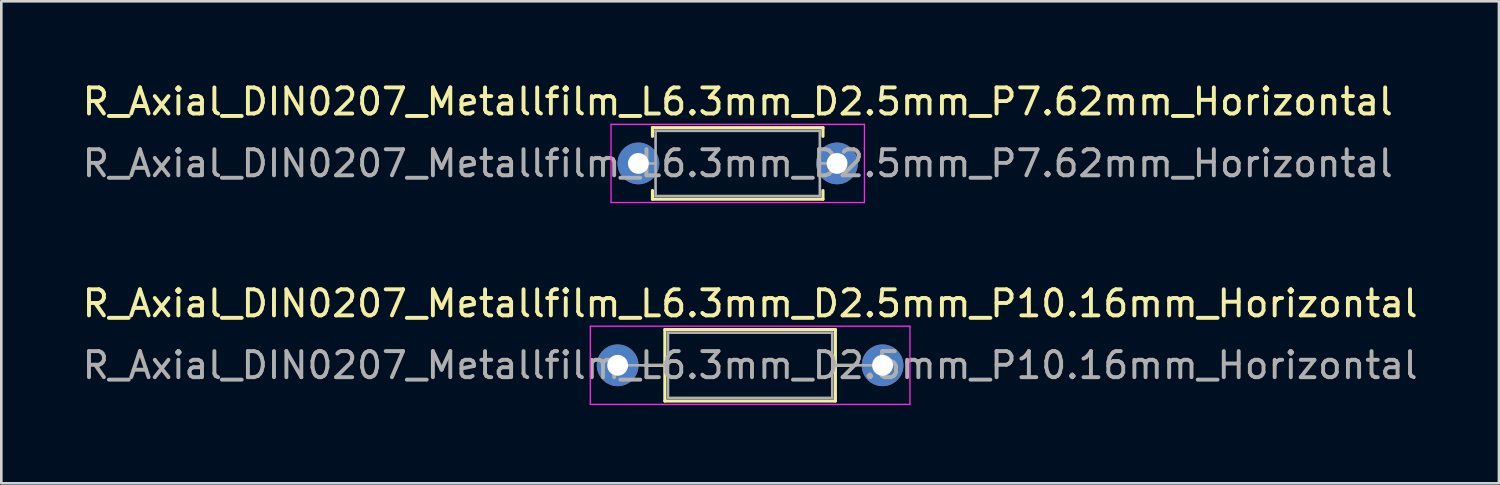
<source format=kicad_pcb>
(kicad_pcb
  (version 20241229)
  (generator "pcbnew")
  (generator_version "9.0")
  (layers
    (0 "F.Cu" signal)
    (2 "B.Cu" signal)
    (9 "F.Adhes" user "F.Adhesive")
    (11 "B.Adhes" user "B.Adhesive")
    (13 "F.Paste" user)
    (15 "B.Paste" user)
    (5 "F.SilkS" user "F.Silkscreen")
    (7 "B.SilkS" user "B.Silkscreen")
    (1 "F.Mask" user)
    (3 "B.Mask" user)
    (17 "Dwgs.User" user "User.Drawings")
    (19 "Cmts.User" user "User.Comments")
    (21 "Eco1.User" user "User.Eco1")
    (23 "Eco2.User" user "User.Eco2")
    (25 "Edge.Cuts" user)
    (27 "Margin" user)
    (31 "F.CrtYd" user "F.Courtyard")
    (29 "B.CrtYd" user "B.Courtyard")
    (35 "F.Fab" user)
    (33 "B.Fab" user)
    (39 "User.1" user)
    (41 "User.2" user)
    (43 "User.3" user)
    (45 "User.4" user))
  (footprint "R_Axial_DIN0207_Metallfilm_L6.3mm_D2.5mm_P7.62mm_Horizontal"
    (layer "F.Cu")
    (at 21.434 3.218)
    (property "Reference" "R_Axial_DIN0207_Metallfilm_L6.3mm_D2.5mm_P7.62mm_Horizontal" (at 3.81 -2.37 0) (layer "F.SilkS") (effects (font (size 1 1) (thickness 0.15))))
    (attr through_hole)
    (fp_line (start 0.54 -1.37) (end 7.08 -1.37) (stroke (width 0.12) (type solid)) (layer "F.SilkS"))
    (fp_line (start 0.54 -1.04) (end 0.54 -1.37) (stroke (width 0.12) (type solid)) (layer "F.SilkS"))
    (fp_line (start 0.54 1.04) (end 0.54 1.37) (stroke (width 0.12) (type solid)) (layer "F.SilkS"))
    (fp_line (start 0.54 1.37) (end 7.08 1.37) (stroke (width 0.12) (type solid)) (layer "F.SilkS"))
    (fp_line (start 7.08 -1.37) (end 7.08 -1.04) (stroke (width 0.12) (type solid)) (layer "F.SilkS"))
    (fp_line (start 7.08 1.37) (end 7.08 1.04) (stroke (width 0.12) (type solid)) (layer "F.SilkS"))
    (fp_line (start -1.05 -1.5) (end -1.05 1.5) (stroke (width 0.05) (type solid)) (layer "F.CrtYd"))
    (fp_line (start -1.05 1.5) (end 8.67 1.5) (stroke (width 0.05) (type solid)) (layer "F.CrtYd"))
    (fp_line (start 8.67 -1.5) (end -1.05 -1.5) (stroke (width 0.05) (type solid)) (layer "F.CrtYd"))
    (fp_line (start 8.67 1.5) (end 8.67 -1.5) (stroke (width 0.05) (type solid)) (layer "F.CrtYd"))
    (fp_line (start 0 0) (end 0.66 0) (stroke (width 0.1) (type solid)) (layer "F.Fab"))
    (fp_line (start 0.66 -1.25) (end 0.66 1.25) (stroke (width 0.1) (type solid)) (layer "F.Fab"))
    (fp_line (start 0.66 1.25) (end 6.96 1.25) (stroke (width 0.1) (type solid)) (layer "F.Fab"))
    (fp_line (start 6.96 -1.25) (end 0.66 -1.25) (stroke (width 0.1) (type solid)) (layer "F.Fab"))
    (fp_line (start 6.96 1.25) (end 6.96 -1.25) (stroke (width 0.1) (type solid)) (layer "F.Fab"))
    (fp_line (start 7.62 0) (end 6.96 0) (stroke (width 0.1) (type solid)) (layer "F.Fab"))
    (fp_text user "${REFERENCE}" (at 3.81 0 0) (layer "F.Fab") (effects (font (size 1 1) (thickness 0.15))))
    (pad "1" thru_hole circle (at 0 0) (size 1.6 1.6) (drill 0.8) (layers "*.Cu" "*.Mask"))
    (pad "2" thru_hole oval (at 7.62 0) (size 1.6 1.6) (drill 0.8) (layers "*.Cu" "*.Mask")))
  (footprint "R_Axial_DIN0207_Metallfilm_L6.3mm_D2.5mm_P10.16mm_Horizontal"
    (layer "F.Cu")
    (at 20.64 10.961)
    (property "Reference" "R_Axial_DIN0207_Metallfilm_L6.3mm_D2.5mm_P10.16mm_Horizontal" (at 5.08 -2.37 0) (layer "F.SilkS") (effects (font (size 1 1) (thickness 0.15))))
    (attr through_hole)
    (fp_line (start 1.04 0) (end 1.81 0) (stroke (width 0.12) (type solid)) (layer "F.SilkS"))
    (fp_line (start 1.81 -1.37) (end 1.81 1.37) (stroke (width 0.12) (type solid)) (layer "F.SilkS"))
    (fp_line (start 1.81 1.37) (end 8.35 1.37) (stroke (width 0.12) (type solid)) (layer "F.SilkS"))
    (fp_line (start 8.35 -1.37) (end 1.81 -1.37) (stroke (width 0.12) (type solid)) (layer "F.SilkS"))
    (fp_line (start 8.35 1.37) (end 8.35 -1.37) (stroke (width 0.12) (type solid)) (layer "F.SilkS"))
    (fp_line (start 9.12 0) (end 8.35 0) (stroke (width 0.12) (type solid)) (layer "F.SilkS"))
    (fp_line (start -1.05 -1.5) (end -1.05 1.5) (stroke (width 0.05) (type solid)) (layer "F.CrtYd"))
    (fp_line (start -1.05 1.5) (end 11.21 1.5) (stroke (width 0.05) (type solid)) (layer "F.CrtYd"))
    (fp_line (start 11.21 -1.5) (end -1.05 -1.5) (stroke (width 0.05) (type solid)) (layer "F.CrtYd"))
    (fp_line (start 11.21 1.5) (end 11.21 -1.5) (stroke (width 0.05) (type solid)) (layer "F.CrtYd"))
    (fp_line (start 0 0) (end 1.93 0) (stroke (width 0.1) (type solid)) (layer "F.Fab"))
    (fp_line (start 1.93 -1.25) (end 1.93 1.25) (stroke (width 0.1) (type solid)) (layer "F.Fab"))
    (fp_line (start 1.93 1.25) (end 8.23 1.25) (stroke (width 0.1) (type solid)) (layer "F.Fab"))
    (fp_line (start 8.23 -1.25) (end 1.93 -1.25) (stroke (width 0.1) (type solid)) (layer "F.Fab"))
    (fp_line (start 8.23 1.25) (end 8.23 -1.25) (stroke (width 0.1) (type solid)) (layer "F.Fab"))
    (fp_line (start 10.16 0) (end 8.23 0) (stroke (width 0.1) (type solid)) (layer "F.Fab"))
    (fp_text user "${REFERENCE}" (at 5.08 0 0) (layer "F.Fab") (effects (font (size 1 1) (thickness 0.15))))
    (pad "1" thru_hole circle (at 0 0) (size 1.6 1.6) (drill 0.8) (layers "*.Cu" "*.Mask"))
    (pad "2" thru_hole oval (at 10.16 0) (size 1.6 1.6) (drill 0.8) (layers "*.Cu" "*.Mask")))
  (gr_rect
    (start -3 -3)
    (end 54.44 15.486)
    (stroke (width 0.1) (type default))
    (fill no)
    (layer "Edge.Cuts")))
</source>
